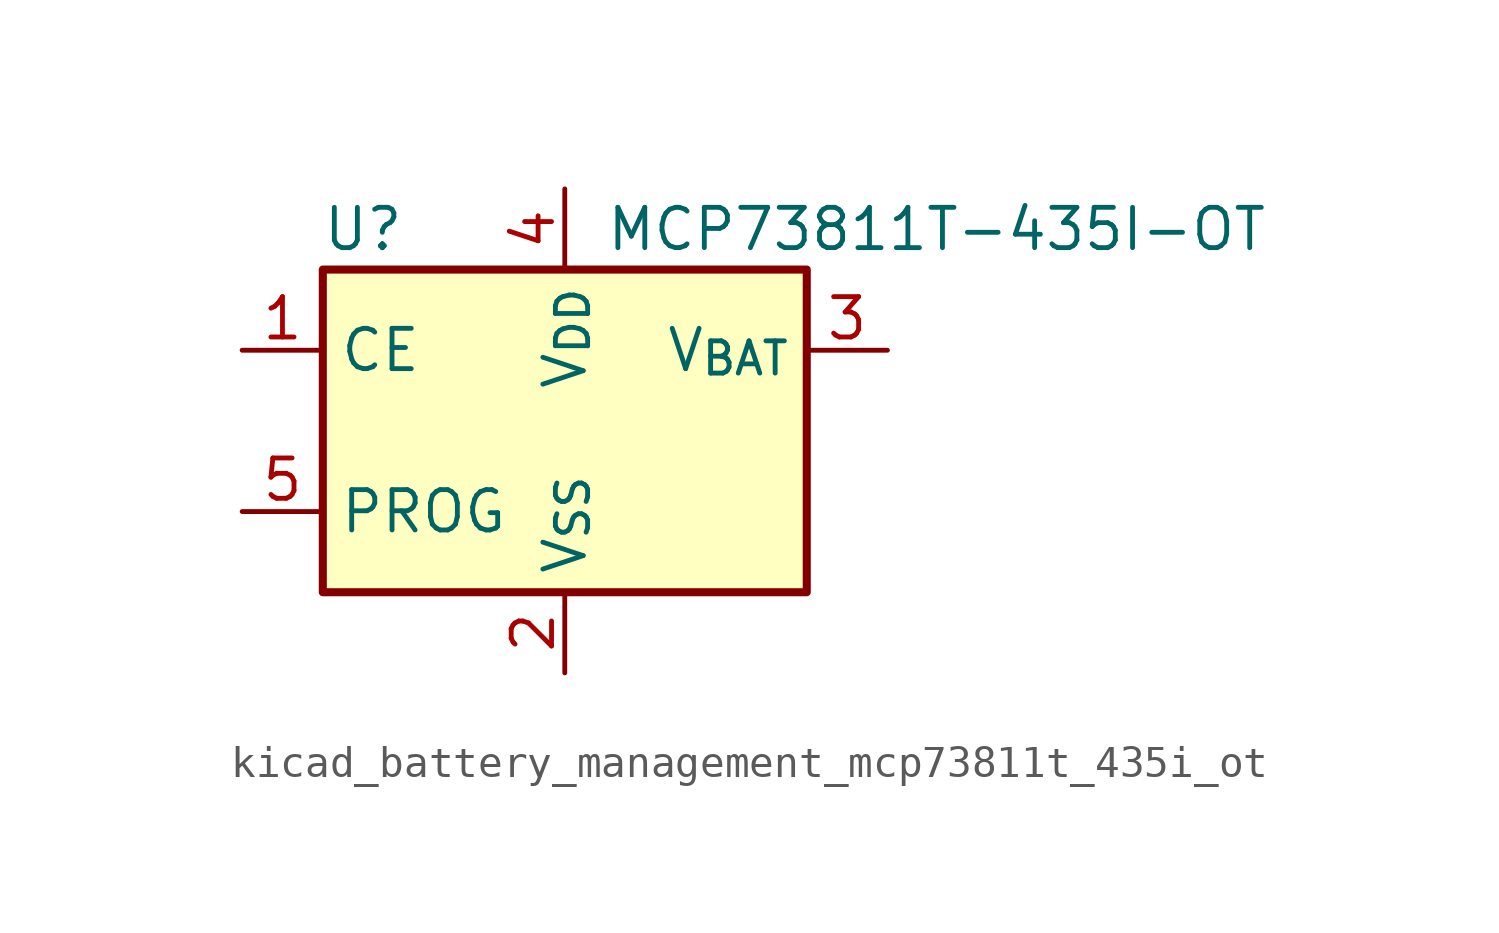
<source format=kicad_sym>
(kicad_symbol_lib
  (version 20220914)
  (generator kicad_symbol_editor)
  (symbol "kicad_battery_management_mcp73811t_435i_ot"
    (property "Reference" "U"
      (at -6.35 6.35 0)
      (effects (font (size 1.27 1.27))))
    (property "Value" "MCP73811T-435I-OT"
      (at 1.27 6.35 0)
      (effects (font (size 1.27 1.27)) (justify left)))
    (symbol "kicad_battery_management_mcp73811t_435i_ot_0_1"
      (rectangle (start -7.62 5.08) (end 7.62 -5.08) (stroke (width 0.254) (type default)) (fill (type background))))
    (symbol "kicad_battery_management_mcp73811t_435i_ot_1_1"
      (pin input line (at -10.16 2.54 0) (length 2.54) (name "CE" (effects (font (size 1.27 1.27)))) (number "1" (effects (font (size 1.27 1.27)))))
      (pin power_in line (at 0 -7.62 90) (length 2.54) (name "V_{SS}" (effects (font (size 1.27 1.27)))) (number "2" (effects (font (size 1.27 1.27)))))
      (pin power_out line (at 10.16 2.54 180) (length 2.54) (name "V_{BAT}" (effects (font (size 1.27 1.27)))) (number "3" (effects (font (size 1.27 1.27)))))
      (pin power_in line (at 0 7.62 270) (length 2.54) (name "V_{DD}" (effects (font (size 1.27 1.27)))) (number "4" (effects (font (size 1.27 1.27)))))
      (pin input line (at -10.16 -2.54 0) (length 2.54) (name "PROG" (effects (font (size 1.27 1.27)))) (number "5" (effects (font (size 1.27 1.27))))))))
</source>
